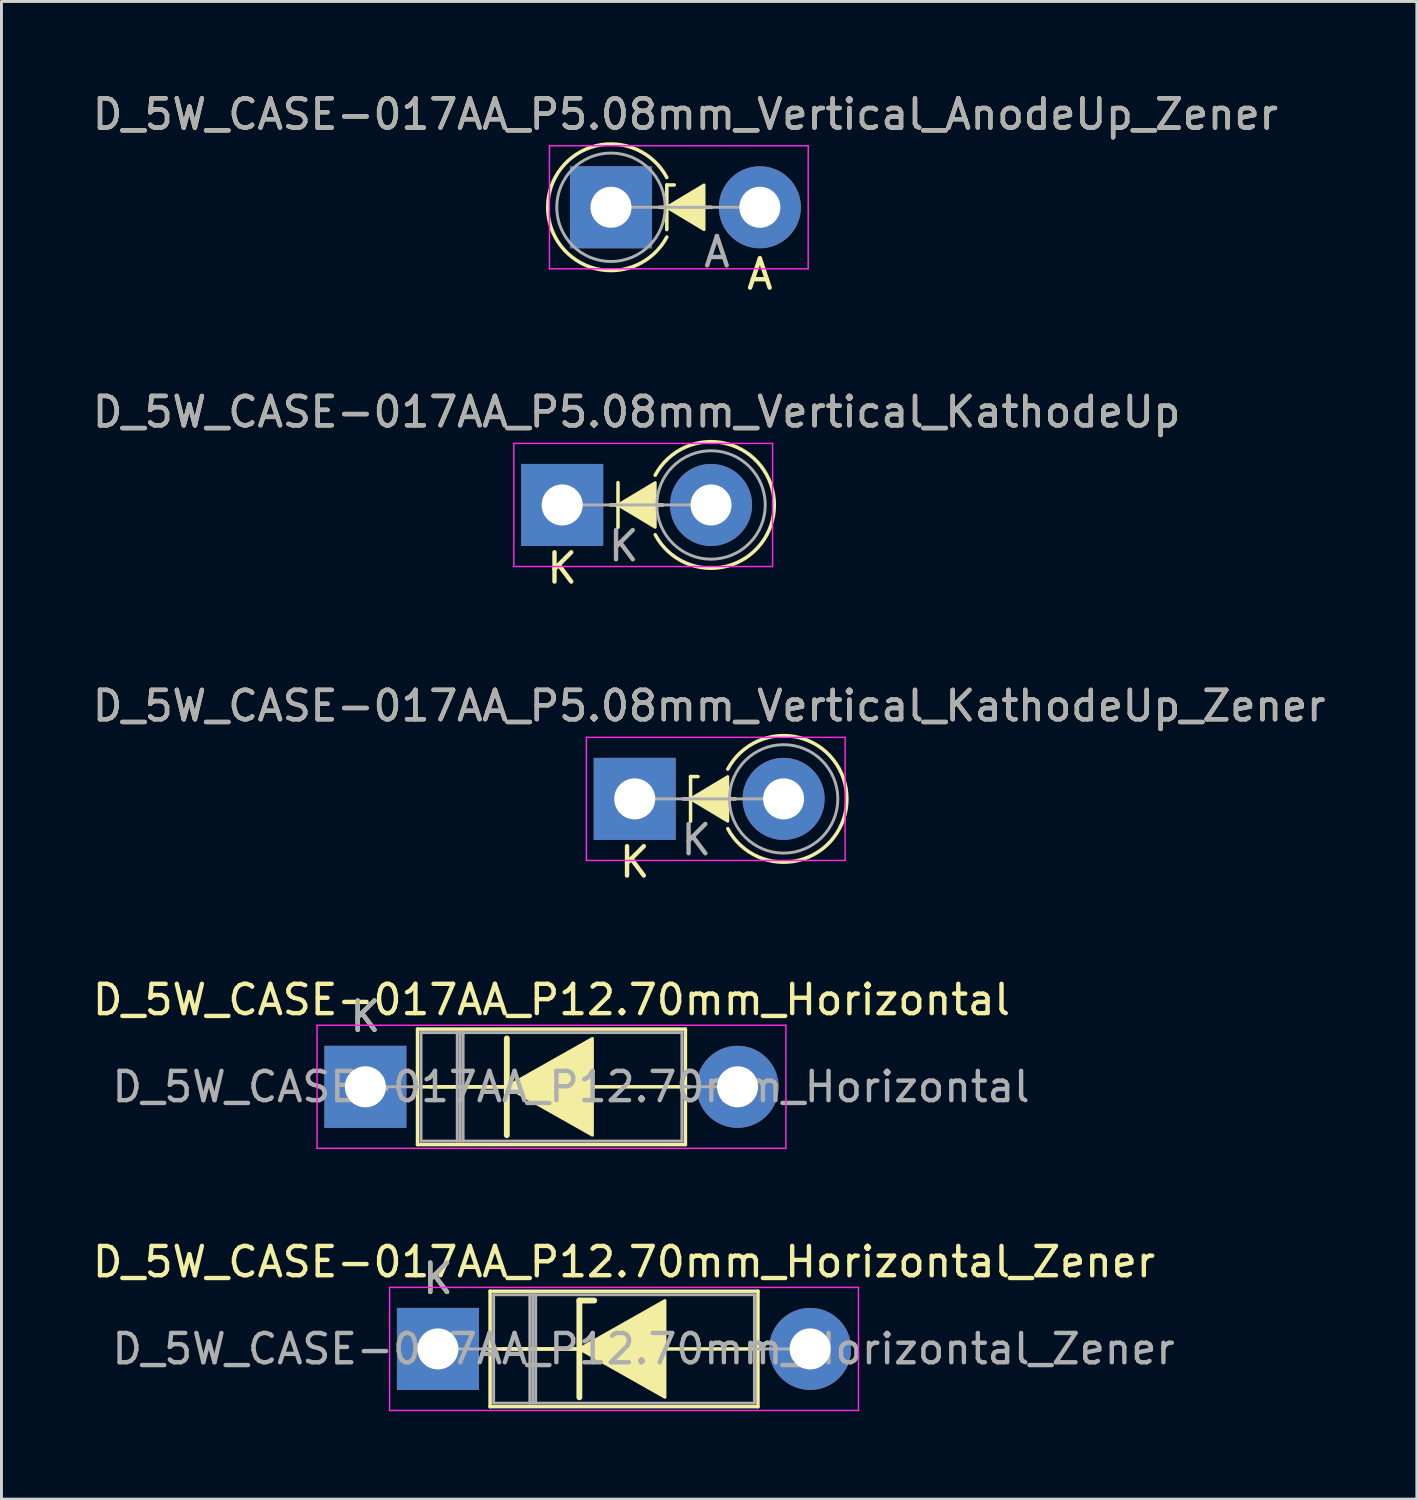
<source format=kicad_pcb>
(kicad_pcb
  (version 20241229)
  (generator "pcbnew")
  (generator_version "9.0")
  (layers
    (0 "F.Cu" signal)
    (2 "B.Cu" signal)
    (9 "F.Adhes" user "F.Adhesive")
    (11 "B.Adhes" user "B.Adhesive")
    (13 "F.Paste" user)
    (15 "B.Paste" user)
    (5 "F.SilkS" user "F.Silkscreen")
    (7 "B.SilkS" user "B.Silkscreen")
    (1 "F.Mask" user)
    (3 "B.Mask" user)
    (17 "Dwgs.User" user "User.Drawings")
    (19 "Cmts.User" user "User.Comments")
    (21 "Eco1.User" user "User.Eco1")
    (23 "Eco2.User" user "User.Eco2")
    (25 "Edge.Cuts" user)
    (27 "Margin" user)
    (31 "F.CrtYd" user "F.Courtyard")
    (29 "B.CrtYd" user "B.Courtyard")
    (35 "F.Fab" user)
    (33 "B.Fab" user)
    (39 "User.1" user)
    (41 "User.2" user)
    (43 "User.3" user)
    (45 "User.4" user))
  (footprint "D_5W_CASE-017AA_P5.08mm_Vertical_AnodeUp_Zener"
    (layer "F.Cu")
    (at 17.799 4.023)
    (property "Reference" "D_5W_CASE-017AA_P5.08mm_Vertical_AnodeUp_Zener" (at 2.54 -3.175 0) (layer "F.SilkS") (effects (font (size 1 1) (thickness 0.15))))
    (attr through_hole)
    (fp_line (start 1.651 0) (end 3.429 0) (stroke (width 0.12) (type solid)) (layer "F.SilkS"))
    (fp_line (start 1.905 -0.762) (end 1.905 0.762) (stroke (width 0.12) (type solid)) (layer "F.SilkS"))
    (fp_line (start 1.905 -0.762) (end 2.159 -0.762) (stroke (width 0.12) (type solid)) (layer "F.SilkS"))
    (fp_arc (start 1.904999 1.016) (mid -2.158999 0) (end 1.904999 -1.016) (stroke (width 0.12) (type solid)) (layer "F.SilkS"))
    (fp_poly (pts (xy 3.175 0.762) (xy 1.905 0) (xy 3.175 -0.762)) (stroke (width 0.1) (type solid)) (fill yes) (layer "F.SilkS"))
    (fp_line (start -2.1 -2.1) (end -2.1 2.1) (stroke (width 0.05) (type solid)) (layer "F.CrtYd"))
    (fp_line (start -2.1 2.1) (end 6.73 2.1) (stroke (width 0.05) (type solid)) (layer "F.CrtYd"))
    (fp_line (start 6.73 -2.1) (end -2.1 -2.1) (stroke (width 0.05) (type solid)) (layer "F.CrtYd"))
    (fp_line (start 6.73 2.1) (end 6.73 -2.1) (stroke (width 0.05) (type solid)) (layer "F.CrtYd"))
    (fp_line (start 0 0) (end 5.08 0) (stroke (width 0.1) (type solid)) (layer "F.Fab"))
    (fp_circle (center 0 0) (end 1.85 0) (stroke (width 0.1) (type solid)) (fill no) (layer "F.Fab"))
    (fp_text user "A" (at 5.08 2.286 0) (layer "F.SilkS") (effects (font (size 1 1) (thickness 0.15))))
    (fp_text user "${REFERENCE}" (at 2.54 -3.175 0) (layer "F.Fab") (effects (font (size 1 1) (thickness 0.15))))
    (fp_text user "A" (at 3.615 1.527 0) (layer "F.Fab") (effects (font (size 1 1) (thickness 0.15))))
    (pad "1" thru_hole rect (at 0 0) (size 2.8 2.8) (drill 1.4) (layers "*.Cu" "*.Mask"))
    (pad "2" thru_hole oval (at 5.08 0) (size 2.8 2.8) (drill 1.4) (layers "*.Cu" "*.Mask")))
  (footprint "D_5W_CASE-017AA_P12.70mm_Horizontal_Zener"
    (layer "F.Cu")
    (at 11.894 42.98)
    (property "Reference" "D_5W_CASE-017AA_P12.70mm_Horizontal_Zener" (at 6.35 -2.97 0) (layer "F.SilkS") (effects (font (size 1 1) (thickness 0.15))))
    (fp_line (start 1.64 0) (end 1.78 0) (stroke (width 0.12) (type solid)) (layer "F.SilkS"))
    (fp_line (start 1.78 -1.97) (end 1.78 1.97) (stroke (width 0.12) (type solid)) (layer "F.SilkS"))
    (fp_line (start 1.78 0) (end 4.826 0) (stroke (width 0.12) (type solid)) (layer "F.SilkS"))
    (fp_line (start 1.78 1.97) (end 10.92 1.97) (stroke (width 0.12) (type solid)) (layer "F.SilkS"))
    (fp_line (start 4.699 0) (end 2.2 0) (stroke (width 0.12) (type solid)) (layer "F.SilkS"))
    (fp_line (start 4.826 -1.651) (end 4.826 1.651) (stroke (width 0.2) (type solid)) (layer "F.SilkS"))
    (fp_line (start 4.826 -1.651) (end 5.334 -1.651) (stroke (width 0.2) (type solid)) (layer "F.SilkS"))
    (fp_line (start 10.92 -1.97) (end 1.78 -1.97) (stroke (width 0.12) (type solid)) (layer "F.SilkS"))
    (fp_line (start 10.92 0) (end 7.62 0) (stroke (width 0.12) (type solid)) (layer "F.SilkS"))
    (fp_line (start 10.92 1.97) (end 10.92 -1.97) (stroke (width 0.12) (type solid)) (layer "F.SilkS"))
    (fp_line (start 11.06 0) (end 10.92 0) (stroke (width 0.12) (type solid)) (layer "F.SilkS"))
    (fp_poly (pts (xy 7.747 1.651) (xy 4.826 0) (xy 7.747 -1.651)) (stroke (width 0.1) (type solid)) (fill yes) (layer "F.SilkS"))
    (fp_line (start -1.65 -2.1) (end -1.65 2.1) (stroke (width 0.05) (type solid)) (layer "F.CrtYd"))
    (fp_line (start -1.65 2.1) (end 14.35 2.1) (stroke (width 0.05) (type solid)) (layer "F.CrtYd"))
    (fp_line (start 14.35 -2.1) (end -1.65 -2.1) (stroke (width 0.05) (type solid)) (layer "F.CrtYd"))
    (fp_line (start 14.35 2.1) (end 14.35 -2.1) (stroke (width 0.05) (type solid)) (layer "F.CrtYd"))
    (fp_line (start 0 0) (end 1.9 0) (stroke (width 0.1) (type solid)) (layer "F.Fab"))
    (fp_line (start 1.9 -1.85) (end 1.9 1.85) (stroke (width 0.1) (type solid)) (layer "F.Fab"))
    (fp_line (start 1.9 1.85) (end 10.8 1.85) (stroke (width 0.1) (type solid)) (layer "F.Fab"))
    (fp_line (start 3.135 -1.85) (end 3.135 1.85) (stroke (width 0.1) (type solid)) (layer "F.Fab"))
    (fp_line (start 3.235 -1.85) (end 3.235 1.85) (stroke (width 0.1) (type solid)) (layer "F.Fab"))
    (fp_line (start 3.335 -1.85) (end 3.335 1.85) (stroke (width 0.1) (type solid)) (layer "F.Fab"))
    (fp_line (start 10.8 -1.85) (end 1.9 -1.85) (stroke (width 0.1) (type solid)) (layer "F.Fab"))
    (fp_line (start 10.8 1.85) (end 10.8 -1.85) (stroke (width 0.1) (type solid)) (layer "F.Fab"))
    (fp_line (start 12.7 0) (end 10.8 0) (stroke (width 0.1) (type solid)) (layer "F.Fab"))
    (fp_text user "K" (at 0 -2.4 0) (layer "F.SilkS") (effects (font (size 1 1) (thickness 0.15))))
    (fp_text user "${REFERENCE}" (at 7.018 0 0) (layer "F.Fab") (effects (font (size 1 1) (thickness 0.15))))
    (fp_text user "K" (at 0 -2.4 0) (layer "F.Fab") (effects (font (size 1 1) (thickness 0.15))))
    (pad "1" thru_hole rect (at 0 0) (size 2.8 2.8) (drill 1.4) (layers "*.Cu" "*.Mask"))
    (pad "2" thru_hole oval (at 12.7 0) (size 2.8 2.8) (drill 1.4) (layers "*.Cu" "*.Mask")))
  (footprint "D_5W_CASE-017AA_P5.08mm_Vertical_KathodeUp"
    (layer "F.Cu")
    (at 16.133 14.181)
    (property "Reference" "D_5W_CASE-017AA_P5.08mm_Vertical_KathodeUp" (at 2.54 -3.175 0) (layer "F.SilkS") (effects (font (size 1 1) (thickness 0.15))))
    (attr through_hole)
    (fp_line (start 1.651 0) (end 3.429 0) (stroke (width 0.12) (type solid)) (layer "F.SilkS"))
    (fp_line (start 1.905 -0.762) (end 1.905 0.762) (stroke (width 0.12) (type solid)) (layer "F.SilkS"))
    (fp_arc (start 3.175 -1.016) (mid 7.238998 0) (end 3.175 1.016) (stroke (width 0.12) (type solid)) (layer "F.SilkS"))
    (fp_poly (pts (xy 3.175 0.762) (xy 1.905 0) (xy 3.175 -0.762)) (stroke (width 0.1) (type solid)) (fill yes) (layer "F.SilkS"))
    (fp_line (start -1.65 -2.1) (end -1.65 2.1) (stroke (width 0.05) (type solid)) (layer "F.CrtYd"))
    (fp_line (start -1.65 2.1) (end 7.18 2.1) (stroke (width 0.05) (type solid)) (layer "F.CrtYd"))
    (fp_line (start 7.18 -2.1) (end -1.65 -2.1) (stroke (width 0.05) (type solid)) (layer "F.CrtYd"))
    (fp_line (start 7.18 2.1) (end 7.18 -2.1) (stroke (width 0.05) (type solid)) (layer "F.CrtYd"))
    (fp_line (start 0 0) (end 5.08 0) (stroke (width 0.1) (type solid)) (layer "F.Fab"))
    (fp_circle (center 5.08 0) (end 6.93 0) (stroke (width 0.1) (type solid)) (fill no) (layer "F.Fab"))
    (fp_text user "K" (at 0 2.159 0) (layer "F.SilkS") (effects (font (size 1 1) (thickness 0.15))))
    (fp_text user "${REFERENCE}" (at 2.54 -3.175 0) (layer "F.Fab") (effects (font (size 1 1) (thickness 0.15))))
    (fp_text user "K" (at 2.1 1.4 0) (layer "F.Fab") (effects (font (size 1 1) (thickness 0.15))))
    (pad "1" thru_hole rect (at 0 0) (size 2.8 2.8) (drill 1.4) (layers "*.Cu" "*.Mask"))
    (pad "2" thru_hole oval (at 5.08 0) (size 2.8 2.8) (drill 1.4) (layers "*.Cu" "*.Mask")))
  (footprint "D_5W_CASE-017AA_P5.08mm_Vertical_KathodeUp_Zener"
    (layer "F.Cu")
    (at 18.609 24.211)
    (property "Reference" "D_5W_CASE-017AA_P5.08mm_Vertical_KathodeUp_Zener" (at 2.54 -3.175 0) (layer "F.SilkS") (effects (font (size 1 1) (thickness 0.15))))
    (attr through_hole)
    (fp_line (start 1.651 0) (end 3.429 0) (stroke (width 0.12) (type solid)) (layer "F.SilkS"))
    (fp_line (start 1.905 -0.762) (end 1.905 0.762) (stroke (width 0.12) (type solid)) (layer "F.SilkS"))
    (fp_line (start 1.905 -0.762) (end 2.159 -0.762) (stroke (width 0.12) (type solid)) (layer "F.SilkS"))
    (fp_arc (start 3.175 -1.016) (mid 7.238998 0) (end 3.175 1.016) (stroke (width 0.12) (type solid)) (layer "F.SilkS"))
    (fp_poly (pts (xy 3.175 0.762) (xy 1.905 0) (xy 3.175 -0.762)) (stroke (width 0.1) (type solid)) (fill yes) (layer "F.SilkS"))
    (fp_line (start -1.65 -2.1) (end -1.65 2.1) (stroke (width 0.05) (type solid)) (layer "F.CrtYd"))
    (fp_line (start -1.65 2.1) (end 7.18 2.1) (stroke (width 0.05) (type solid)) (layer "F.CrtYd"))
    (fp_line (start 7.18 -2.1) (end -1.65 -2.1) (stroke (width 0.05) (type solid)) (layer "F.CrtYd"))
    (fp_line (start 7.18 2.1) (end 7.18 -2.1) (stroke (width 0.05) (type solid)) (layer "F.CrtYd"))
    (fp_line (start 0 0) (end 5.08 0) (stroke (width 0.1) (type solid)) (layer "F.Fab"))
    (fp_circle (center 5.08 0) (end 6.93 0) (stroke (width 0.1) (type solid)) (fill no) (layer "F.Fab"))
    (fp_text user "K" (at 0 2.159 0) (layer "F.SilkS") (effects (font (size 1 1) (thickness 0.15))))
    (fp_text user "${REFERENCE}" (at 2.54 -3.175 0) (layer "F.Fab") (effects (font (size 1 1) (thickness 0.15))))
    (fp_text user "K" (at 2.1 1.4 0) (layer "F.Fab") (effects (font (size 1 1) (thickness 0.15))))
    (pad "1" thru_hole rect (at 0 0) (size 2.8 2.8) (drill 1.4) (layers "*.Cu" "*.Mask"))
    (pad "2" thru_hole oval (at 5.08 0) (size 2.8 2.8) (drill 1.4) (layers "*.Cu" "*.Mask")))
  (footprint "D_5W_CASE-017AA_P12.70mm_Horizontal"
    (layer "F.Cu")
    (at 9.418 34.036)
    (property "Reference" "D_5W_CASE-017AA_P12.70mm_Horizontal" (at 6.35 -2.97 0) (layer "F.SilkS") (effects (font (size 1 1) (thickness 0.15))))
    (fp_line (start 1.64 0) (end 1.78 0) (stroke (width 0.12) (type solid)) (layer "F.SilkS"))
    (fp_line (start 1.78 -1.97) (end 1.78 1.97) (stroke (width 0.12) (type solid)) (layer "F.SilkS"))
    (fp_line (start 1.78 0) (end 4.826 0) (stroke (width 0.12) (type solid)) (layer "F.SilkS"))
    (fp_line (start 1.78 1.97) (end 10.92 1.97) (stroke (width 0.12) (type solid)) (layer "F.SilkS"))
    (fp_line (start 4.699 0) (end 2.2 0) (stroke (width 0.12) (type solid)) (layer "F.SilkS"))
    (fp_line (start 4.826 -1.651) (end 4.826 1.651) (stroke (width 0.2) (type solid)) (layer "F.SilkS"))
    (fp_line (start 10.92 -1.97) (end 1.78 -1.97) (stroke (width 0.12) (type solid)) (layer "F.SilkS"))
    (fp_line (start 10.92 0) (end 7.62 0) (stroke (width 0.12) (type solid)) (layer "F.SilkS"))
    (fp_line (start 10.92 1.97) (end 10.92 -1.97) (stroke (width 0.12) (type solid)) (layer "F.SilkS"))
    (fp_line (start 11.06 0) (end 10.92 0) (stroke (width 0.12) (type solid)) (layer "F.SilkS"))
    (fp_poly (pts (xy 7.747 1.651) (xy 4.826 0) (xy 7.747 -1.651)) (stroke (width 0.1) (type solid)) (fill yes) (layer "F.SilkS"))
    (fp_line (start -1.65 -2.1) (end -1.65 2.1) (stroke (width 0.05) (type solid)) (layer "F.CrtYd"))
    (fp_line (start -1.65 2.1) (end 14.35 2.1) (stroke (width 0.05) (type solid)) (layer "F.CrtYd"))
    (fp_line (start 14.35 -2.1) (end -1.65 -2.1) (stroke (width 0.05) (type solid)) (layer "F.CrtYd"))
    (fp_line (start 14.35 2.1) (end 14.35 -2.1) (stroke (width 0.05) (type solid)) (layer "F.CrtYd"))
    (fp_line (start 0 0) (end 1.9 0) (stroke (width 0.1) (type solid)) (layer "F.Fab"))
    (fp_line (start 1.9 -1.85) (end 1.9 1.85) (stroke (width 0.1) (type solid)) (layer "F.Fab"))
    (fp_line (start 1.9 1.85) (end 10.8 1.85) (stroke (width 0.1) (type solid)) (layer "F.Fab"))
    (fp_line (start 3.135 -1.85) (end 3.135 1.85) (stroke (width 0.1) (type solid)) (layer "F.Fab"))
    (fp_line (start 3.235 -1.85) (end 3.235 1.85) (stroke (width 0.1) (type solid)) (layer "F.Fab"))
    (fp_line (start 3.335 -1.85) (end 3.335 1.85) (stroke (width 0.1) (type solid)) (layer "F.Fab"))
    (fp_line (start 10.8 -1.85) (end 1.9 -1.85) (stroke (width 0.1) (type solid)) (layer "F.Fab"))
    (fp_line (start 10.8 1.85) (end 10.8 -1.85) (stroke (width 0.1) (type solid)) (layer "F.Fab"))
    (fp_line (start 12.7 0) (end 10.8 0) (stroke (width 0.1) (type solid)) (layer "F.Fab"))
    (fp_text user "K" (at 0 -2.4 0) (layer "F.SilkS") (effects (font (size 1 1) (thickness 0.15))))
    (fp_text user "K" (at 0 -2.4 0) (layer "F.Fab") (effects (font (size 1 1) (thickness 0.15))))
    (fp_text user "${REFERENCE}" (at 7.018 0 0) (layer "F.Fab") (effects (font (size 1 1) (thickness 0.15))))
    (pad "1" thru_hole rect (at 0 0) (size 2.8 2.8) (drill 1.4) (layers "*.Cu" "*.Mask"))
    (pad "2" thru_hole oval (at 12.7 0) (size 2.8 2.8) (drill 1.4) (layers "*.Cu" "*.Mask")))
  (gr_rect
    (start -3 -3)
    (end 45.298 48.105)
    (stroke (width 0.1) (type default))
    (fill no)
    (layer "Edge.Cuts")))
</source>
